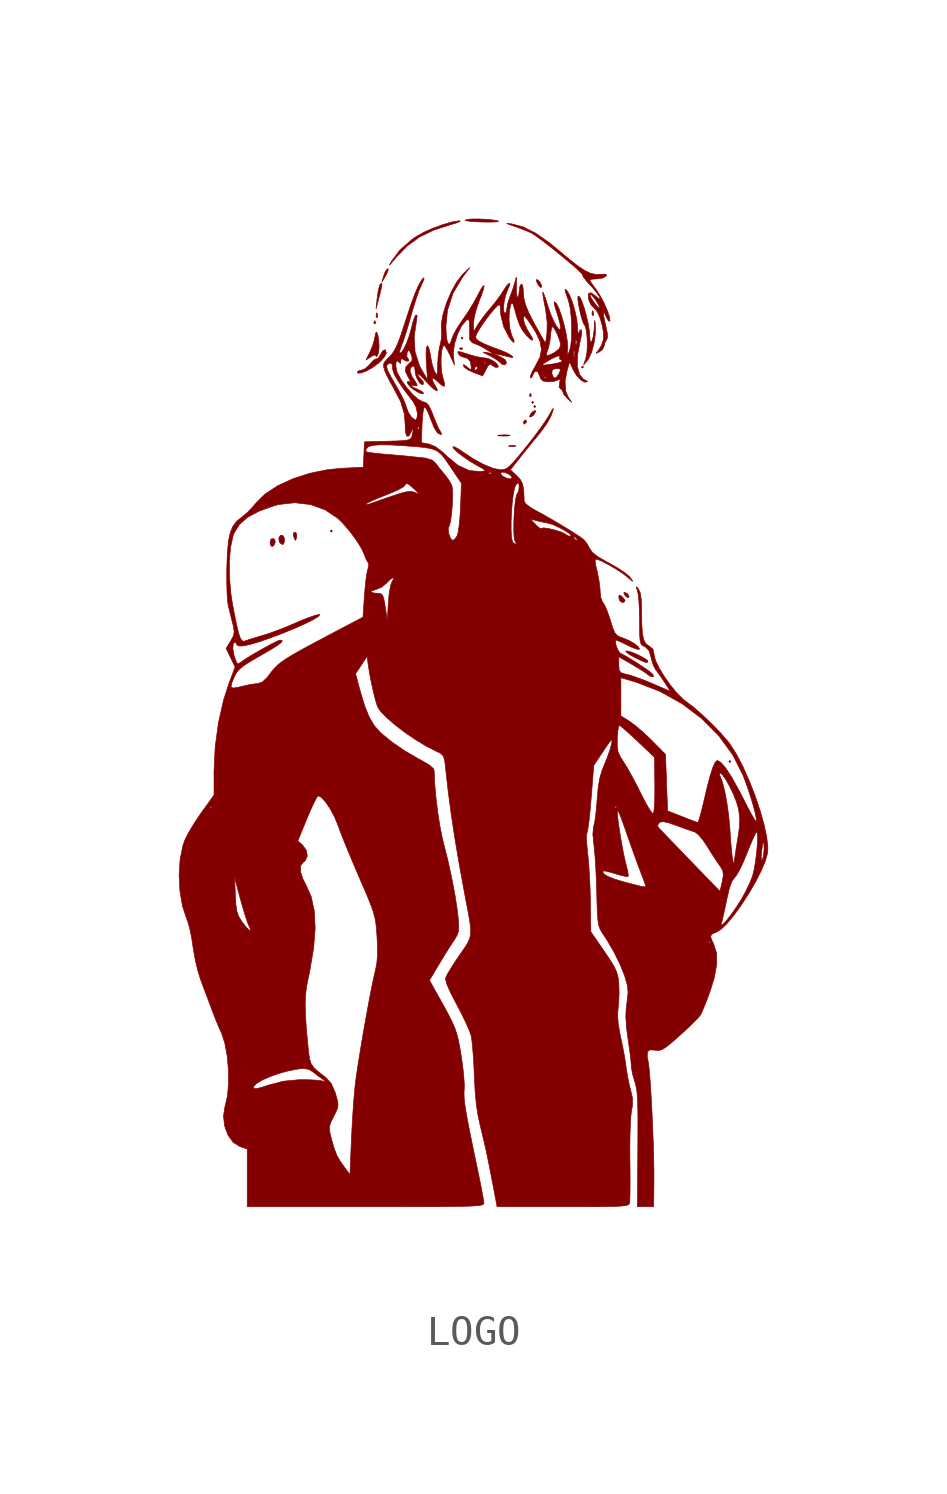
<source format=kicad_sym>
(kicad_symbol_lib
  (version 20220914)
  (generator "bitmap2component")
  (generator_version "9.0")
  (symbol "LOGO"
    (pin_names
      (offset 1.016))
    (property "Reference" "#G"
      (at 0 17.537 0)
      (effects (font (size 1.27 1.27)) hide))
    (symbol "LOGO_0_0"
      (polyline (pts (xy -3.392 -18.172) (xy -2.611 -18.172) (xy -1.954 -18.171) (xy -1.408 -18.169) (xy -0.965 -18.165) (xy -0.613 -18.16) (xy -0.342 -18.153) (xy -0.141 -18.143) (xy -0.000300 -18.131) (xy 0.091 -18.116) (xy 0.143 -18.097) (xy 0.167 -18.075) (xy 0.172 -18.049) (xy 0.17 -18.019) (xy 0.145 -17.863) (xy 0.099 -17.611) (xy 0.036 -17.291) (xy -0.038 -16.93) (xy -0.083 -16.72) (xy -0.207 -16.123) (xy -0.305 -15.642) (xy -0.379 -15.258) (xy -0.432 -14.958) (xy -0.466 -14.725) (xy -0.483 -14.545) (xy -0.487 -14.401) (xy -0.48 -14.279) (xy -0.477 -14.109) (xy -0.496 -13.825) (xy -0.533 -13.484) (xy -0.586 -13.127) (xy -0.622 -12.913) (xy -0.669 -12.665) (xy -0.72 -12.456) (xy -0.786 -12.259) (xy -0.877 -12.047) (xy -1.004 -11.795) (xy -1.177 -11.476) (xy -1.408 -11.063) (xy -1.631 -10.665) (xy -1.338 -10.168) (xy -1.319 -10.136) (xy -1.148 -9.854) (xy -0.977 -9.58) (xy -0.84 -9.37) (xy -0.799 -9.309) (xy -0.71 -9.157) (xy -0.667 -9.018) (xy -0.661 -8.842) (xy -0.681 -8.58) (xy -0.708 -8.341) (xy -0.786 -7.834) (xy -0.896 -7.258) (xy -1.029 -6.654) (xy -1.179 -6.062) (xy -1.204 -5.959) (xy -1.283 -5.567) (xy -1.356 -5.099) (xy -1.417 -4.601) (xy -1.459 -4.12) (xy -1.478 -3.701) (xy -1.503 -3.641) (xy -1.643 -3.517) (xy -1.897 -3.371) (xy -1.993 -3.321) (xy -2.454 -3.052) (xy -2.892 -2.75) (xy -3.253 -2.452) (xy -3.253 -2.452) (xy -3.457 -2.224) (xy -3.627 -1.941) (xy -3.777 -1.575) (xy -3.921 -1.099) (xy -4.082 -0.497) (xy -3.892 -0.21) (xy -3.701 0.077) (xy -3.66 -0.22) (xy -3.622 -0.459) (xy -3.59 -0.629) (xy 4.715 -0.629) (xy 5.145 -0.755) (xy 5.232 -0.781) (xy 6.02 -1.087) (xy 6.747 -1.493) (xy 7.401 -1.988) (xy 7.965 -2.558) (xy 8.427 -3.191) (xy 8.771 -3.875) (xy 8.789 -3.921) (xy 8.904 -4.235) (xy 9.012 -4.56) (xy 9.104 -4.866) (xy 9.172 -5.127) (xy 9.208 -5.314) (xy 9.204 -5.4) (xy 9.202 -5.401) (xy 9.154 -5.342) (xy 9.059 -5.184) (xy 8.932 -4.95) (xy 8.784 -4.66) (xy 8.622 -4.344) (xy 8.389 -3.928) (xy 8.191 -3.624) (xy 8.031 -3.437) (xy 7.913 -3.373) (xy 7.904 -3.374) (xy 7.84 -3.435) (xy 7.767 -3.596) (xy 7.69 -3.836) (xy 7.985 -3.836) (xy 8.002 -3.786) (xy 8.006 -3.786) (xy 8.088 -3.852) (xy 8.2 -4.013) (xy 8.325 -4.237) (xy 8.447 -4.491) (xy 8.547 -4.743) (xy 8.61 -4.96) (xy 8.626 -5.043) (xy 8.657 -5.299) (xy 8.649 -5.564) (xy 8.602 -5.899) (xy 8.595 -5.935) (xy 8.548 -6.221) (xy 8.509 -6.474) (xy 8.485 -6.643) (xy 8.46 -6.849) (xy 8.415 -6.608) (xy 8.405 -6.546) (xy 8.381 -6.324) (xy 8.356 -6.031) (xy 8.335 -5.713) (xy 8.327 -5.584) (xy 8.288 -5.181) (xy 8.231 -4.778) (xy 8.163 -4.411) (xy 8.089 -4.113) (xy 8.017 -3.919) (xy 7.985 -3.836) (xy 7.69 -3.836) (xy 7.68 -3.865) (xy 7.577 -4.253) (xy 7.456 -4.767) (xy 7.41 -4.961) (xy 7.346 -5.205) (xy 7.295 -5.372) (xy 7.265 -5.431) (xy 7.261 -5.43) (xy 7.165 -5.396) (xy 6.982 -5.327) (xy 6.746 -5.234) (xy 6.264 -5.044) (xy 6.229 -4.107) (xy 6.195 -3.17) (xy 5.748 -2.717) (xy 5.675 -2.644) (xy 5.429 -2.416) (xy 5.193 -2.215) (xy 5.008 -2.079) (xy 4.715 -1.893) (xy 4.715 -1.261) (xy 4.715 -0.629) (xy -3.59 -0.629) (xy -3.559 -0.792) (xy -3.486 -1.121) (xy -3.414 -1.402) (xy -3.354 -1.59) (xy -3.26 -1.735) (xy -3.06 -1.945) (xy -2.785 -2.183) (xy -2.46 -2.433) (xy -2.11 -2.673) (xy -1.758 -2.887) (xy -1.431 -3.055) (xy -1.272 -3.133) (xy -1.179 -3.217) (xy -1.132 -3.348) (xy -1.104 -3.571) (xy -1.02 -4.329) (xy -0.915 -5.132) (xy -0.789 -5.962) (xy -0.638 -6.856) (xy -0.455 -7.847) (xy -0.421 -8.025) (xy -0.343 -8.436) (xy -0.29 -8.745) (xy -0.265 -8.976) (xy -0.27 -9.154) (xy -0.308 -9.304) (xy -0.38 -9.45) (xy -0.488 -9.618) (xy -0.636 -9.831) (xy -0.76 -10.014) (xy -0.919 -10.26) (xy -1.036 -10.456) (xy -1.093 -10.57) (xy -1.095 -10.644) (xy -1.044 -10.822) (xy -0.923 -11.092) (xy -0.729 -11.465) (xy -0.571 -11.767) (xy -0.424 -12.071) (xy -0.312 -12.324) (xy -0.252 -12.493) (xy -0.242 -12.545) (xy -0.214 -12.758) (xy -0.187 -13.062) (xy -0.163 -13.426) (xy -0.145 -13.817) (xy -0.119 -14.337) (xy -0.079 -14.777) (xy -0.019 -15.164) (xy 0.064 -15.538) (xy 0.094 -15.658) (xy 0.175 -15.994) (xy 0.251 -16.334) (xy 0.33 -16.711) (xy 0.418 -17.158) (xy 0.523 -17.708) (xy 0.61 -18.172) (xy 2.792 -18.172) (xy 3.399 -18.172) (xy 3.883 -18.17) (xy 4.258 -18.166) (xy 4.537 -18.159) (xy 4.736 -18.148) (xy 4.867 -18.133) (xy 4.947 -18.112) (xy 4.987 -18.085) (xy 5.004 -18.052) (xy 5.004 -18.051) (xy 5.012 -17.945) (xy 5.017 -17.726) (xy 5.02 -17.416) (xy 5.019 -17.041) (xy 5.015 -16.623) (xy 5.013 -16.256) (xy 5.017 -15.828) (xy 5.029 -15.454) (xy 5.047 -15.163) (xy 5.07 -14.981) (xy 5.099 -14.815) (xy 5.1 -14.57) (xy 5.037 -14.293) (xy 5.006 -14.179) (xy 4.938 -13.862) (xy 4.891 -13.56) (xy 4.883 -13.498) (xy 4.841 -13.222) (xy 4.78 -12.889) (xy 4.711 -12.557) (xy 4.687 -12.449) (xy 4.626 -12.097) (xy 4.606 -11.816) (xy 4.626 -11.559) (xy 4.643 -11.403) (xy 4.656 -11.078) (xy 4.646 -10.769) (xy 4.645 -10.75) (xy 4.621 -10.559) (xy 4.576 -10.392) (xy 4.496 -10.216) (xy 4.364 -9.998) (xy 4.165 -9.702) (xy 3.718 -9.052) (xy 3.706 -8.088) (xy 3.705 -8.075) (xy 3.695 -7.655) (xy 3.675 -7.223) (xy 3.65 -6.828) (xy 3.622 -6.52) (xy 3.609 -6.403) (xy 3.585 -6.138) (xy 3.574 -5.935) (xy 3.579 -5.832) (xy 3.617 -5.665) (xy 3.66 -5.365) (xy 3.704 -4.933) (xy 3.751 -4.368) (xy 3.815 -3.539) (xy 4.134 -3.06) (xy 4.237 -2.905) (xy 4.35 -2.747) (xy 4.408 -2.687) (xy 4.423 -2.716) (xy 4.408 -2.822) (xy 4.386 -2.902) (xy 4.593 -2.902) (xy 4.595 -2.644) (xy 4.609 -2.43) (xy 4.633 -2.266) (xy 4.66 -2.203) (xy 4.713 -2.238) (xy 4.848 -2.35) (xy 5.04 -2.523) (xy 5.269 -2.736) (xy 5.831 -3.27) (xy 5.841 -4.193) (xy 5.84 -4.558) (xy 5.83 -4.863) (xy 5.81 -5.061) (xy 5.782 -5.136) (xy 5.736 -5.098) (xy 5.641 -4.957) (xy 5.517 -4.738) (xy 5.376 -4.463) (xy 5.272 -4.253) (xy 5.1 -3.927) (xy 4.938 -3.637) (xy 4.809 -3.427) (xy 4.701 -3.258) (xy 4.622 -3.086) (xy 4.593 -2.902) (xy 4.386 -2.902) (xy 4.362 -2.993) (xy 4.275 -3.245) (xy 4.168 -3.51) (xy 4.087 -3.713) (xy 4.01 -3.977) (xy 3.961 -4.279) (xy 3.927 -4.668) (xy 3.912 -4.871) (xy 3.907 -4.922) (xy 4.509 -4.922) (xy 4.543 -4.887) (xy 4.577 -4.922) (xy 4.543 -4.956) (xy 4.509 -4.922) (xy 3.907 -4.922) (xy 3.882 -5.171) (xy 3.849 -5.41) (xy 3.816 -5.551) (xy 3.805 -5.588) (xy 3.786 -5.822) (xy 3.818 -6.149) (xy 3.831 -6.252) (xy 3.856 -6.529) (xy 3.88 -6.89) (xy 3.891 -7.112) (xy 4.126 -7.112) (xy 4.128 -7.035) (xy 4.178 -7.036) (xy 4.327 -7.07) (xy 4.536 -7.131) (xy 4.707 -7.18) (xy 4.876 -7.217) (xy 4.955 -7.217) (xy 4.961 -7.181) (xy 4.941 -7.042) (xy 4.892 -6.843) (xy 4.861 -6.724) (xy 4.807 -6.477) (xy 4.751 -6.182) (xy 4.697 -5.868) (xy 4.65 -5.568) (xy 4.615 -5.31) (xy 4.597 -5.126) (xy 4.601 -5.047) (xy 4.609 -5.042) (xy 4.628 -5.056) (xy 4.658 -5.113) (xy 4.706 -5.232) (xy 4.779 -5.429) (xy 4.814 -5.527) (xy 5.926 -5.527) (xy 5.989 -5.438) (xy 6.024 -5.416) (xy 6.127 -5.403) (xy 6.293 -5.439) (xy 6.554 -5.529) (xy 6.559 -5.53) (xy 6.812 -5.623) (xy 7.031 -5.7) (xy 7.167 -5.744) (xy 7.169 -5.745) (xy 7.279 -5.825) (xy 7.423 -5.993) (xy 7.573 -6.214) (xy 7.72 -6.45) (xy 7.873 -6.685) (xy 7.989 -6.854) (xy 8.018 -6.894) (xy 8.096 -7.034) (xy 8.112 -7.177) (xy 8.077 -7.388) (xy 8.053 -7.495) (xy 8.016 -7.647) (xy 7.997 -7.705) (xy 7.983 -7.692) (xy 7.894 -7.601) (xy 7.734 -7.436) (xy 7.521 -7.217) (xy 7.273 -6.96) (xy 7.005 -6.683) (xy 6.735 -6.403) (xy 6.48 -6.138) (xy 6.257 -5.906) (xy 6.082 -5.724) (xy 5.973 -5.61) (xy 5.926 -5.527) (xy 4.814 -5.527) (xy 4.883 -5.721) (xy 5.025 -6.126) (xy 5.076 -6.27) (xy 5.196 -6.605) (xy 5.309 -6.913) (xy 5.397 -7.144) (xy 5.458 -7.3) (xy 5.518 -7.463) (xy 5.541 -7.54) (xy 5.541 -7.546) (xy 5.525 -7.563) (xy 5.469 -7.562) (xy 5.349 -7.538) (xy 5.143 -7.486) (xy 4.827 -7.403) (xy 4.495 -7.304) (xy 4.251 -7.203) (xy 4.126 -7.112) (xy 3.891 -7.112) (xy 3.9 -7.299) (xy 3.914 -7.721) (xy 3.914 -7.727) (xy 3.925 -8.148) (xy 3.937 -8.456) (xy 3.954 -8.675) (xy 3.98 -8.832) (xy 3.981 -8.835) (xy 8.041 -8.835) (xy 8.056 -8.753) (xy 8.068 -8.708) (xy 8.11 -8.525) (xy 8.167 -8.265) (xy 8.229 -7.97) (xy 8.229 -7.966) (xy 8.315 -7.607) (xy 8.399 -7.375) (xy 8.486 -7.258) (xy 8.536 -7.2) (xy 8.637 -7.029) (xy 8.757 -6.782) (xy 8.879 -6.492) (xy 8.962 -6.282) (xy 9.07 -6.026) (xy 9.157 -5.838) (xy 9.209 -5.748) (xy 9.223 -5.741) (xy 9.245 -5.807) (xy 9.249 -5.969) (xy 9.237 -6.197) (xy 9.213 -6.462) (xy 9.193 -6.614) (xy 9.366 -6.614) (xy 9.378 -6.428) (xy 9.387 -6.352) (xy 9.416 -6.15) (xy 9.441 -6.072) (xy 9.458 -6.122) (xy 9.464 -6.304) (xy 9.463 -6.346) (xy 9.442 -6.541) (xy 9.402 -6.669) (xy 9.381 -6.686) (xy 9.366 -6.614) (xy 9.193 -6.614) (xy 9.177 -6.736) (xy 9.134 -6.989) (xy 9.085 -7.191) (xy 8.997 -7.419) (xy 8.861 -7.707) (xy 8.708 -7.983) (xy 8.543 -8.24) (xy 8.368 -8.489) (xy 8.223 -8.673) (xy 8.18 -8.722) (xy 8.078 -8.827) (xy 8.041 -8.835) (xy 3.981 -8.835) (xy 4.018 -8.949) (xy 4.072 -9.053) (xy 4.148 -9.166) (xy 4.26 -9.336) (xy 4.295 -9.396) (xy 7.606 -9.396) (xy 7.641 -9.361) (xy 7.675 -9.396) (xy 7.641 -9.43) (xy 7.606 -9.396) (xy 4.295 -9.396) (xy 4.488 -9.729) (xy 4.684 -10.127) (xy 4.835 -10.5) (xy 4.929 -10.821) (xy 4.953 -11.059) (xy 4.947 -11.126) (xy 4.922 -11.36) (xy 4.89 -11.612) (xy 4.879 -11.87) (xy 4.901 -12.22) (xy 4.952 -12.615) (xy 4.977 -12.779) (xy 5.019 -13.081) (xy 5.048 -13.332) (xy 5.059 -13.488) (xy 5.064 -13.562) (xy 5.106 -13.784) (xy 5.175 -14.023) (xy 5.196 -14.088) (xy 5.226 -14.214) (xy 5.249 -14.373) (xy 5.265 -14.582) (xy 5.275 -14.857) (xy 5.28 -15.217) (xy 5.28 -15.68) (xy 5.277 -16.262) (xy 5.263 -18.172) (xy 5.533 -18.172) (xy 5.802 -18.172) (xy 5.811 -17.329) (xy 5.811 -16.985) (xy 5.803 -16.559) (xy 5.79 -16.085) (xy 5.771 -15.586) (xy 5.749 -15.084) (xy 5.724 -14.602) (xy 5.698 -14.165) (xy 5.671 -13.796) (xy 5.644 -13.518) (xy 5.62 -13.354) (xy 5.589 -13.193) (xy 5.595 -13.034) (xy 5.678 -12.969) (xy 5.848 -12.979) (xy 5.883 -12.985) (xy 5.985 -12.988) (xy 6.089 -12.956) (xy 6.22 -12.873) (xy 6.403 -12.725) (xy 6.661 -12.498) (xy 6.867 -12.31) (xy 7.088 -12.099) (xy 7.258 -11.927) (xy 7.348 -11.82) (xy 7.382 -11.759) (xy 7.465 -11.57) (xy 7.569 -11.309) (xy 7.678 -11.014) (xy 7.811 -10.581) (xy 7.894 -10.128) (xy 7.886 -9.754) (xy 7.788 -9.449) (xy 7.716 -9.304) (xy 7.69 -9.192) (xy 7.753 -9.121) (xy 7.919 -9.046) (xy 8.035 -8.973) (xy 8.237 -8.779) (xy 8.468 -8.501) (xy 8.712 -8.163) (xy 8.954 -7.79) (xy 9.177 -7.406) (xy 9.366 -7.037) (xy 9.506 -6.706) (xy 9.581 -6.439) (xy 9.59 -6.264) (xy 9.553 -5.922) (xy 9.464 -5.503) (xy 9.331 -5.033) (xy 9.164 -4.537) (xy 8.971 -4.043) (xy 8.761 -3.575) (xy 8.544 -3.159) (xy 8.328 -2.822) (xy 8.252 -2.724) (xy 8.015 -2.453) (xy 7.723 -2.153) (xy 7.413 -1.859) (xy 7.12 -1.603) (xy 6.878 -1.421) (xy 6.777 -1.343) (xy 6.572 -1.138) (xy 6.357 -0.874) (xy 6.153 -0.585) (xy 5.98 -0.3) (xy 5.861 -0.051) (xy 5.816 0.13) (xy 5.816 0.146) (xy 5.778 0.321) (xy 5.652 0.422) (xy 5.625 0.436) (xy 5.532 0.513) (xy 5.469 0.641) (xy 5.429 0.841) (xy 5.409 1.135) (xy 5.404 1.544) (xy 5.403 1.66) (xy 5.389 1.977) (xy 5.356 2.187) (xy 5.3 2.31) (xy 5.237 2.387) (xy 5.223 2.377) (xy 5.265 2.25) (xy 5.289 2.138) (xy 5.313 1.906) (xy 5.329 1.603) (xy 5.335 1.268) (xy 5.335 1.015) (xy 5.34 0.757) (xy 5.354 0.593) (xy 5.383 0.496) (xy 5.43 0.441) (xy 5.502 0.403) (xy 5.54 0.383) (xy 5.653 0.261) (xy 5.716 0.043) (xy 5.725 -0.007) (xy 5.792 -0.221) (xy 5.879 -0.379) (xy 5.917 -0.426) (xy 6.042 -0.598) (xy 6.176 -0.798) (xy 6.356 -1.081) (xy 5.753 -0.821) (xy 5.625 -0.767) (xy 5.332 -0.652) (xy 5.074 -0.562) (xy 4.898 -0.514) (xy 4.856 -0.506) (xy 4.714 -0.461) (xy 4.657 -0.376) (xy 4.646 -0.201) (xy 4.646 0.065) (xy 5.077 -0.184) (xy 5.079 -0.185) (xy 5.311 -0.324) (xy 5.508 -0.451) (xy 5.628 -0.537) (xy 5.715 -0.592) (xy 5.796 -0.595) (xy 5.796 -0.594) (xy 5.78 -0.526) (xy 5.677 -0.428) (xy 5.513 -0.314) (xy 5.265 -0.15) (xy 5.025 0.001) (xy 4.826 0.118) (xy 4.705 0.179) (xy 4.673 0.202) (xy 4.607 0.307) (xy 4.555 0.446) (xy 4.535 0.568) (xy 4.562 0.62) (xy 4.606 0.604) (xy 4.745 0.541) (xy 4.938 0.446) (xy 5.087 0.377) (xy 5.247 0.319) (xy 5.326 0.313) (xy 5.333 0.326) (xy 5.291 0.402) (xy 5.162 0.503) (xy 4.979 0.607) (xy 4.773 0.692) (xy 4.701 0.717) (xy 4.59 0.774) (xy 4.513 0.866) (xy 4.444 1.025) (xy 4.364 1.284) (xy 4.352 1.323) (xy 4.266 1.572) (xy 4.184 1.766) (xy 4.12 1.867) (xy 4.101 1.889) (xy 4.048 2.032) (xy 4.027 2.231) (xy 4.021 2.347) (xy 3.986 2.62) (xy 3.929 2.893) (xy 3.891 3.054) (xy 3.862 3.223) (xy 3.865 3.302) (xy 3.865 3.303) (xy 3.944 3.293) (xy 4.105 3.224) (xy 4.315 3.114) (xy 4.542 2.982) (xy 4.754 2.844) (xy 4.919 2.719) (xy 5.02 2.631) (xy 5.101 2.568) (xy 5.098 2.59) (xy 5.022 2.697) (xy 4.986 2.737) (xy 4.825 2.868) (xy 4.592 3.021) (xy 4.323 3.172) (xy 4.234 3.219) (xy 3.949 3.385) (xy 3.771 3.526) (xy 3.68 3.654) (xy 3.599 3.807) (xy 3.487 3.947) (xy 3.453 3.974) (xy 3.291 4.088) (xy 3.049 4.243) (xy 2.758 4.421) (xy 2.447 4.606) (xy 2.147 4.777) (xy 1.889 4.917) (xy 1.72 5.015) (xy 1.564 5.135) (xy 1.505 5.225) (xy 1.504 5.354) (xy 1.49 5.622) (xy 1.452 5.805) (xy 1.381 5.94) (xy 1.266 6.065) (xy 1.051 6.265) (xy 1.335 6.626) (xy 1.486 6.816) (xy 1.717 7.103) (xy 1.932 7.365) (xy 2.064 7.529) (xy 2.263 7.803) (xy 2.392 8.036) (xy 2.472 8.26) (xy 2.476 8.303) (xy 2.436 8.257) (xy 2.357 8.112) (xy 2.341 8.084) (xy 2.222 7.893) (xy 2.04 7.633) (xy 1.819 7.335) (xy 1.579 7.029) (xy 1.368 6.77) (xy 1.177 6.544) (xy 1.036 6.398) (xy 0.928 6.313) (xy 0.835 6.274) (xy 0.738 6.265) (xy 0.729 6.265) (xy 0.487 6.312) (xy 0.176 6.437) (xy -0.174 6.626) (xy -0.533 6.864) (xy -0.683 6.964) (xy -0.811 7.031) (xy -0.86 7.027) (xy -0.823 6.963) (xy -0.691 6.839) (xy -0.491 6.686) (xy -0.251 6.526) (xy 0 6.379) (xy 0.114 6.317) (xy 0.208 6.256) (xy 0.197 6.227) (xy 0.091 6.21) (xy 0.064 6.207) (xy -0.308 6.24) (xy -0.68 6.409) (xy -1.046 6.71) (xy -1.192 6.85) (xy -1.437 7.035) (xy -1.651 7.12) (xy -1.898 7.166) (xy -1.878 7.765) (xy -1.873 7.878) (xy -1.853 8.126) (xy -1.825 8.293) (xy -1.792 8.351) (xy -1.755 8.316) (xy -1.683 8.181) (xy -1.604 7.981) (xy -1.597 7.96) (xy -1.477 7.662) (xy -1.366 7.489) (xy -1.257 7.434) (xy -1.228 7.448) (xy -1.264 7.526) (xy -1.323 7.628) (xy -1.41 7.821) (xy -1.506 8.059) (xy -1.573 8.232) (xy -1.659 8.403) (xy -1.744 8.49) (xy -1.849 8.523) (xy -1.864 8.526) (xy -2.014 8.608) (xy -2.199 8.776) (xy -2.392 8.998) (xy -2.566 9.242) (xy -2.693 9.478) (xy -2.722 9.56) (xy -2.748 9.714) (xy -2.741 9.833) (xy -2.703 9.884) (xy -2.642 9.832) (xy -2.596 9.788) (xy -2.582 9.869) (xy -2.582 9.89) (xy -2.558 9.959) (xy -2.476 9.911) (xy -2.408 9.87) (xy -2.324 9.872) (xy -2.311 9.895) (xy -2.35 9.968) (xy -2.385 10.018) (xy -2.373 10.153) (xy -2.337 10.23) (xy -2.3 10.22) (xy -2.243 10.092) (xy -2.209 9.993) (xy -2.212 9.884) (xy -2.304 9.796) (xy -2.417 9.675) (xy -2.427 9.52) (xy -2.323 9.31) (xy -2.308 9.287) (xy -2.262 9.19) (xy -2.289 9.179) (xy -2.329 9.199) (xy -2.373 9.184) (xy -2.346 9.107) (xy -2.254 9.002) (xy -2.147 8.919) (xy -1.993 8.826) (xy -1.873 8.781) (xy -1.824 8.802) (xy -1.824 8.804) (xy -1.888 8.87) (xy -2.031 8.938) (xy -2.04 8.942) (xy -2.179 9.004) (xy -2.237 9.056) (xy -2.223 9.073) (xy -2.134 9.061) (xy -2.102 9.05) (xy -2.039 9.053) (xy -2.063 9.132) (xy -2.175 9.302) (xy -2.209 9.355) (xy -2.275 9.527) (xy -2.26 9.655) (xy -2.166 9.706) (xy -2.127 9.683) (xy -2.112 9.579) (xy -2.1 9.447) (xy -2.041 9.283) (xy -1.96 9.145) (xy -1.881 9.086) (xy -1.834 9.105) (xy -1.839 9.186) (xy -1.927 9.293) (xy -1.983 9.35) (xy -2.031 9.449) (xy -1.996 9.443) (xy -1.894 9.354) (xy -1.749 9.199) (xy -1.601 9.042) (xy -1.466 8.924) (xy -1.383 8.882) (xy -1.369 8.921) (xy -1.438 9.049) (xy -1.518 9.191) (xy -1.544 9.293) (xy -1.492 9.3) (xy -1.367 9.199) (xy -1.217 9.063) (xy -1.138 9.033) (xy -1.13 9.12) (xy -1.188 9.327) (xy -1.222 9.477) (xy -1.245 9.707) (xy -1.248 9.952) (xy -1.231 10.173) (xy -1.198 10.332) (xy -1.148 10.393) (xy -1.12 10.368) (xy -1.044 10.25) (xy -0.952 10.066) (xy -0.803 9.74) (xy -0.839 10.05) (xy -0.842 10.162) (xy -0.8 10.45) (xy -0.704 10.756) (xy -0.573 11.027) (xy -0.424 11.211) (xy -0.397 11.233) (xy -0.339 11.254) (xy -0.312 11.186) (xy -0.302 11.005) (xy -0.3 10.93) (xy -0.299 10.738) (xy -0.303 10.623) (xy -0.299 10.584) (xy -0.216 10.482) (xy -0.067 10.422) (xy -0.048 10.416) (xy 0.075 10.359) (xy 0.243 10.262) (xy 0.482 10.113) (xy 0.275 10.152) (xy 0.228 10.16) (xy 0.152 10.167) (xy 0.189 10.137) (xy 0.345 10.061) (xy 0.409 10.029) (xy 0.594 9.919) (xy 0.714 9.82) (xy 0.782 9.76) (xy 0.868 9.745) (xy 0.926 9.814) (xy 0.88 9.914) (xy 0.706 10.022) (xy 0.482 10.126) (xy 0.688 10.085) (xy 0.861 10.047) (xy 1.024 10.005) (xy 1.03 10.003) (xy 1.13 9.986) (xy 1.131 10.016) (xy 1.052 10.077) (xy 0.914 10.152) (xy 0.739 10.226) (xy 0.426 10.342) (xy 0.167 10.449) (xy 0.004 10.534) (xy -0.08 10.606) (xy -0.103 10.676) (xy -0.066 10.776) (xy 0.036 10.952) (xy 0.18 11.166) (xy 0.341 11.385) (xy 0.495 11.575) (xy 0.618 11.701) (xy 0.68 11.74) (xy 0.715 11.701) (xy 0.723 11.549) (xy 0.731 11.411) (xy 0.827 11.014) (xy 1.016 10.648) (xy 1.095 10.546) (xy 1.169 10.487) (xy 1.175 10.545) (xy 1.103 10.711) (xy 1.097 10.724) (xy 1.034 10.944) (xy 1.006 11.228) (xy 1.015 11.514) (xy 1.063 11.736) (xy 1.071 11.755) (xy 1.108 11.8) (xy 1.147 11.742) (xy 1.199 11.564) (xy 1.264 11.33) (xy 1.355 11.072) (xy 1.459 10.88) (xy 1.593 10.713) (xy 1.616 10.689) (xy 1.744 10.573) (xy 1.796 10.565) (xy 1.768 10.658) (xy 1.655 10.843) (xy 1.614 10.909) (xy 1.518 11.113) (xy 1.481 11.281) (xy 1.481 11.292) (xy 1.493 11.361) (xy 1.534 11.35) (xy 1.619 11.245) (xy 1.762 11.035) (xy 1.893 10.824) (xy 2.036 10.519) (xy 2.081 10.255) (xy 2.054 10.118) (xy 2.247 10.118) (xy 2.303 10.283) (xy 2.312 10.307) (xy 2.358 10.507) (xy 2.385 10.735) (xy 2.39 10.799) (xy 2.414 10.953) (xy 2.444 11.014) (xy 2.478 10.99) (xy 2.552 10.873) (xy 2.631 10.703) (xy 2.693 10.527) (xy 2.719 10.394) (xy 2.665 10.272) (xy 2.516 10.155) (xy 2.356 10.076) (xy 2.259 10.053) (xy 2.247 10.118) (xy 2.054 10.118) (xy 2.031 9.999) (xy 1.903 9.749) (xy 2.099 9.749) (xy 2.107 9.756) (xy 2.193 9.813) (xy 2.344 9.905) (xy 2.426 9.952) (xy 2.6 10.032) (xy 2.692 10.043) (xy 2.685 9.981) (xy 2.675 9.952) (xy 2.729 9.912) (xy 2.767 9.905) (xy 2.75 9.851) (xy 2.743 9.845) (xy 2.644 9.812) (xy 2.48 9.778) (xy 2.302 9.751) (xy 2.158 9.738) (xy 2.099 9.749) (xy 1.903 9.749) (xy 1.889 9.721) (xy 1.79 9.548) (xy 1.721 9.391) (xy 1.713 9.312) (xy 1.754 9.318) (xy 1.801 9.419) (xy 1.814 9.458) (xy 1.885 9.543) (xy 1.966 9.507) (xy 1.981 9.473) (xy 2.426 9.473) (xy 2.441 9.584) (xy 2.559 9.622) (xy 2.682 9.621) (xy 2.71 9.566) (xy 2.648 9.426) (xy 2.564 9.316) (xy 2.484 9.316) (xy 2.429 9.451) (xy 2.426 9.473) (xy 1.981 9.473) (xy 2.032 9.357) (xy 2.041 9.327) (xy 2.168 9.327) (xy 2.203 9.362) (xy 2.237 9.327) (xy 2.203 9.293) (xy 2.168 9.327) (xy 2.041 9.327) (xy 2.054 9.287) (xy 2.137 9.208) (xy 2.309 9.184) (xy 2.323 9.184) (xy 2.51 9.201) (xy 2.637 9.248) (xy 2.667 9.268) (xy 2.702 9.255) (xy 2.681 9.133) (xy 2.666 9.006) (xy 2.712 8.949) (xy 2.743 8.941) (xy 2.788 8.856) (xy 2.828 8.758) (xy 2.938 8.632) (xy 3.088 8.501) (xy 2.972 8.671) (xy 2.886 8.874) (xy 2.864 9.197) (xy 2.936 9.578) (xy 3.016 9.844) (xy 3.137 9.574) (xy 3.237 9.404) (xy 3.372 9.256) (xy 3.502 9.173) (xy 3.597 9.184) (xy 3.606 9.199) (xy 3.558 9.224) (xy 3.469 9.275) (xy 3.364 9.401) (xy 3.345 9.432) (xy 3.269 9.699) (xy 3.276 10.064) (xy 3.363 10.519) (xy 3.396 10.665) (xy 3.417 10.834) (xy 3.403 10.913) (xy 3.361 10.898) (xy 3.318 10.791) (xy 3.304 10.762) (xy 3.288 10.838) (xy 3.279 11.014) (xy 3.254 11.248) (xy 3.192 11.538) (xy 3.107 11.826) (xy 3.012 12.066) (xy 2.92 12.215) (xy 2.882 12.249) (xy 2.861 12.233) (xy 2.89 12.122) (xy 2.969 11.9) (xy 2.975 11.883) (xy 3.031 11.644) (xy 3.067 11.332) (xy 3.084 10.989) (xy 3.08 10.656) (xy 3.066 10.503) (xy 3.206 10.503) (xy 3.217 10.571) (xy 3.248 10.545) (xy 3.259 10.505) (xy 3.242 10.413) (xy 3.219 10.414) (xy 3.206 10.503) (xy 3.066 10.503) (xy 3.054 10.375) (xy 3.006 10.188) (xy 2.987 10.148) (xy 2.969 10.119) (xy 3.143 10.119) (xy 3.152 10.213) (xy 3.178 10.205) (xy 3.187 10.174) (xy 3.178 10.033) (xy 3.154 10.021) (xy 3.143 10.119) (xy 2.969 10.119) (xy 2.947 10.081) (xy 2.937 10.124) (xy 2.949 10.291) (xy 2.951 10.32) (xy 2.939 10.533) (xy 2.895 10.8) (xy 2.829 11.09) (xy 2.748 11.37) (xy 2.663 11.61) (xy 2.581 11.777) (xy 2.512 11.84) (xy 2.504 11.806) (xy 2.529 11.675) (xy 2.59 11.478) (xy 2.637 11.332) (xy 2.694 11.124) (xy 2.717 10.989) (xy 2.705 10.921) (xy 2.655 10.929) (xy 2.578 11.03) (xy 2.484 11.203) (xy 2.387 11.428) (xy 2.298 11.686) (xy 2.282 11.739) (xy 2.21 11.963) (xy 2.154 12.114) (xy 2.125 12.163) (xy 2.123 12.16) (xy 2.129 12.069) (xy 2.158 11.885) (xy 2.206 11.642) (xy 2.222 11.556) (xy 2.272 11.145) (xy 2.264 10.799) (xy 2.218 10.455) (xy 2.048 10.752) (xy 1.824 11.151) (xy 1.659 11.477) (xy 1.553 11.736) (xy 1.497 11.951) (xy 1.48 12.145) (xy 1.478 12.241) (xy 1.454 12.392) (xy 1.411 12.425) (xy 1.363 12.339) (xy 1.342 12.18) (xy 1.327 12.037) (xy 1.291 11.977) (xy 1.27 12.017) (xy 1.253 12.161) (xy 1.252 12.373) (xy 1.256 12.522) (xy 1.254 12.642) (xy 1.24 12.641) (xy 1.212 12.528) (xy 1.204 12.498) (xy 1.133 12.26) (xy 1.044 12.021) (xy 1.024 11.972) (xy 0.956 11.758) (xy 0.929 11.586) (xy 0.912 11.485) (xy 0.86 11.461) (xy 0.836 11.497) (xy 0.823 11.641) (xy 0.846 11.847) (xy 0.899 12.071) (xy 0.975 12.27) (xy 1.006 12.336) (xy 1.036 12.44) (xy 1.003 12.447) (xy 0.924 12.365) (xy 0.816 12.2) (xy 0.743 12.084) (xy 0.577 11.855) (xy 0.395 11.633) (xy 0.283 11.501) (xy 0.106 11.273) (xy -0.025 11.082) (xy -0.172 10.842) (xy -0.172 11.125) (xy -0.172 11.128) (xy -0.144 11.338) (xy -0.071 11.614) (xy 0.03 11.899) (xy 0.072 12.002) (xy 0.155 12.237) (xy 0.181 12.361) (xy 0.153 12.368) (xy 0.074 12.255) (xy -0.052 12.015) (xy -0.175 11.79) (xy -0.356 11.495) (xy -0.543 11.224) (xy -0.551 11.213) (xy -0.708 10.977) (xy -0.832 10.755) (xy -0.896 10.594) (xy -0.907 10.55) (xy -0.957 10.434) (xy -1.006 10.438) (xy -1.048 10.548) (xy -1.077 10.75) (xy -1.087 11.029) (xy -1.034 11.555) (xy -0.85 12.124) (xy -0.536 12.651) (xy -0.291 12.975) (xy -0.509 12.771) (xy -0.543 12.737) (xy -0.733 12.489) (xy -0.911 12.165) (xy -1.065 11.803) (xy -1.179 11.439) (xy -1.241 11.112) (xy -1.235 10.859) (xy -1.232 10.844) (xy -1.231 10.642) (xy -1.275 10.423) (xy -1.307 10.296) (xy -1.344 10.037) (xy -1.361 9.762) (xy -1.365 9.55) (xy -1.377 9.441) (xy -1.405 9.433) (xy -1.454 9.51) (xy -1.48 9.564) (xy -1.543 9.766) (xy -1.59 10) (xy -1.615 10.153) (xy -1.661 10.33) (xy -1.702 10.38) (xy -1.733 10.31) (xy -1.746 10.127) (xy -1.737 9.837) (xy -1.697 9.259) (xy -1.862 9.533) (xy -1.964 9.723) (xy -2.109 10.177) (xy -2.139 10.68) (xy -2.056 11.248) (xy -2.041 11.383) (xy -2.08 11.405) (xy -2.12 11.341) (xy -2.179 11.175) (xy -2.236 10.951) (xy -2.239 10.937) (xy -2.305 10.698) (xy -2.39 10.468) (xy -2.481 10.277) (xy -2.563 10.155) (xy -2.62 10.135) (xy -2.625 10.152) (xy -2.602 10.263) (xy -2.539 10.435) (xy -2.5 10.537) (xy -2.418 10.781) (xy -2.325 11.088) (xy -2.232 11.415) (xy -2.173 11.621) (xy -2.072 11.942) (xy -1.975 12.217) (xy -1.895 12.401) (xy -1.852 12.489) (xy -1.809 12.605) (xy -1.824 12.632) (xy -1.881 12.576) (xy -1.986 12.399) (xy -2.114 12.107) (xy -2.265 11.693) (xy -2.443 11.151) (xy -2.446 11.14) (xy -2.574 10.749) (xy -2.679 10.466) (xy -2.772 10.264) (xy -2.864 10.118) (xy -2.967 10.004) (xy -3.035 9.939) (xy -3.137 9.817) (xy -3.16 9.711) (xy -3.151 9.677) (xy -3.052 9.677) (xy -3.032 9.754) (xy -2.96 9.8) (xy -2.941 9.806) (xy -2.875 9.78) (xy -2.857 9.642) (xy -2.852 9.589) (xy -2.796 9.425) (xy -2.669 9.202) (xy -2.465 8.906) (xy -2.174 8.525) (xy -2.074 8.336) (xy -2.031 8.129) (xy -2.031 8.121) (xy -2.048 7.976) (xy -2.089 7.916) (xy -2.115 7.92) (xy -2.226 8.007) (xy -2.333 8.169) (xy -2.404 8.364) (xy -2.413 8.399) (xy -2.487 8.58) (xy -2.608 8.822) (xy -2.756 9.083) (xy -2.908 9.344) (xy -3.013 9.548) (xy -3.052 9.677) (xy -3.151 9.677) (xy -3.121 9.567) (xy -3.063 9.43) (xy -2.948 9.201) (xy -2.812 8.96) (xy -2.584 8.519) (xy -2.462 8.108) (xy -2.433 7.692) (xy -2.43 7.641) (xy -2.031 7.641) (xy -2.026 7.677) (xy -1.985 7.687) (xy -1.976 7.676) (xy -1.985 7.595) (xy -2.005 7.584) (xy -2.031 7.641) (xy -2.43 7.641) (xy -2.424 7.493) (xy -2.382 7.38) (xy -2.317 7.386) (xy -2.239 7.52) (xy -2.216 7.574) (xy -2.18 7.614) (xy -2.177 7.545) (xy -2.211 7.385) (xy -2.221 7.351) (xy -2.256 7.295) (xy -2.328 7.259) (xy -2.462 7.236) (xy -2.684 7.223) (xy -3.019 7.213) (xy -3.786 7.193) (xy -3.801 6.877) (xy -3.75 6.877) (xy -3.729 6.964) (xy -3.65 7.035) (xy -3.498 7.078) (xy -3.257 7.095) (xy -2.91 7.089) (xy -2.444 7.061) (xy -2.036 7.03) (xy -1.737 6.998) (xy -1.521 6.951) (xy -1.36 6.877) (xy -1.228 6.763) (xy -1.097 6.598) (xy -0.94 6.368) (xy -0.808 6.172) (xy 0.333 6.172) (xy 0.343 6.181) (xy 0.424 6.172) (xy 0.435 6.152) (xy 0.402 6.137) (xy 0.723 6.137) (xy 0.766 6.189) (xy 0.883 6.178) (xy 1.03 6.103) (xy 1.097 6.035) (xy 1.095 5.973) (xy 1.039 5.964) (xy 0.907 5.997) (xy 0.78 6.064) (xy 0.723 6.137) (xy 0.402 6.137) (xy 0.379 6.126) (xy 0.342 6.131) (xy 0.333 6.172) (xy -0.808 6.172) (xy -0.572 5.821) (xy -0.603 5.023) (xy -0.619 4.733) (xy -0.637 4.537) (xy 1.075 4.537) (xy 1.088 4.857) (xy 1.112 5.173) (xy 1.147 5.453) (xy 1.191 5.666) (xy 1.241 5.779) (xy 1.29 5.823) (xy 1.333 5.82) (xy 1.342 5.698) (xy 1.327 5.567) (xy 1.283 5.478) (xy 1.257 5.431) (xy 1.222 5.27) (xy 1.194 5.03) (xy 1.174 4.747) (xy 1.17 4.632) (xy 1.721 4.632) (xy 1.893 4.585) (xy 1.894 4.585) (xy 2.086 4.539) (xy 2.306 4.495) (xy 2.317 4.493) (xy 2.477 4.44) (xy 2.672 4.352) (xy 2.862 4.248) (xy 3.006 4.153) (xy 3.063 4.087) (xy 3.055 4.069) (xy 2.982 4.068) (xy 2.888 4.122) (xy 2.846 4.151) (xy 2.699 4.214) (xy 2.506 4.274) (xy 2.309 4.32) (xy 2.154 4.34) (xy 2.084 4.324) (xy 2.077 4.316) (xy 2.006 4.342) (xy 1.892 4.446) (xy 1.721 4.632) (xy 1.17 4.632) (xy 1.164 4.456) (xy 1.165 4.192) (xy 1.176 4.042) (xy 3.143 4.042) (xy 3.19 4.034) (xy 3.221 4.012) (xy 3.27 3.954) (xy 3.269 3.944) (xy 3.229 3.929) (xy 3.16 4.003) (xy 3.143 4.042) (xy 1.176 4.042) (xy 1.179 3.99) (xy 1.208 3.885) (xy 1.255 3.823) (xy 1.25 3.792) (xy 1.142 3.849) (xy 1.124 3.873) (xy 1.091 4.013) (xy 1.075 4.245) (xy 1.075 4.537) (xy -0.637 4.537) (xy -0.647 4.433) (xy -0.68 4.202) (xy -0.716 4.075) (xy -0.782 3.978) (xy -0.856 3.924) (xy -0.865 3.925) (xy -0.935 3.995) (xy -0.99 4.137) (xy -1.012 4.288) (xy -0.986 4.39) (xy -0.97 4.417) (xy -0.933 4.562) (xy -0.901 4.789) (xy -0.878 5.059) (xy -0.865 5.331) (xy -0.866 5.565) (xy -0.885 5.723) (xy -0.897 5.76) (xy -0.99 5.929) (xy -1.126 6.108) (xy -1.163 6.151) (xy -1.313 6.331) (xy -1.423 6.48) (xy -1.536 6.583) (xy -1.759 6.654) (xy -1.96 6.676) (xy -2.284 6.71) (xy -2.554 6.736) (xy -2.824 6.76) (xy -3.149 6.787) (xy -3.273 6.798) (xy -3.518 6.825) (xy -3.687 6.853) (xy -3.75 6.877) (xy -3.801 6.877) (xy -3.806 6.772) (xy -3.826 6.351) (xy -4.529 6.317) (xy -5.006 6.271) (xy -5.604 6.149) (xy -6.167 5.966) (xy -6.67 5.733) (xy -7.086 5.46) (xy -7.391 5.157) (xy -7.48 5.049) (xy -7.672 4.848) (xy -7.846 4.703) (xy -7.856 4.696) (xy -8.025 4.558) (xy -8.15 4.393) (xy -8.239 4.181) (xy -8.298 3.898) (xy -8.333 3.523) (xy -8.344 3.224) (xy -8.269 3.224) (xy -8.228 3.699) (xy -8.143 4.081) (xy -8.111 4.165) (xy -7.938 4.449) (xy -7.667 4.689) (xy -7.285 4.894) (xy -6.78 5.075) (xy -6.631 5.115) (xy -6.1 5.174) (xy -5.577 5.113) (xy -5.548 5.103) (xy -3.734 5.103) (xy -3.717 5.145) (xy -3.686 5.166) (xy -3.543 5.238) (xy -3.32 5.335) (xy -3.049 5.441) (xy -2.958 5.476) (xy -2.686 5.594) (xy -2.503 5.697) (xy -2.429 5.773) (xy -2.401 5.815) (xy -2.319 5.784) (xy -2.168 5.657) (xy -2.082 5.577) (xy -2 5.492) (xy -2.011 5.475) (xy -2.111 5.514) (xy -2.142 5.526) (xy -2.254 5.549) (xy -2.396 5.536) (xy -2.602 5.483) (xy -2.903 5.383) (xy -3.036 5.338) (xy -3.307 5.243) (xy -3.524 5.168) (xy -3.648 5.124) (xy -3.734 5.103) (xy -5.548 5.103) (xy -5.091 4.938) (xy -4.668 4.655) (xy -4.495 4.484) (xy -4.268 4.218) (xy -4.055 3.93) (xy -3.886 3.658) (xy -3.787 3.442) (xy -3.739 3.315) (xy -3.67 3.188) (xy -3.643 3.134) (xy -3.671 2.982) (xy -3.694 2.906) (xy -3.728 2.709) (xy -3.76 2.435) (xy -3.779 2.207) (xy -3.565 2.207) (xy -3.55 2.251) (xy -3.403 2.297) (xy -3.219 2.372) (xy -3.051 2.512) (xy -3.048 2.516) (xy -2.933 2.635) (xy -2.843 2.685) (xy -2.817 2.66) (xy -2.865 2.571) (xy -2.87 2.565) (xy -2.922 2.425) (xy -2.966 2.182) (xy -2.995 1.866) (xy -3.031 1.274) (xy -3.099 1.721) (xy -3.107 1.774) (xy -3.146 1.993) (xy -3.188 2.111) (xy -3.252 2.16) (xy -3.353 2.171) (xy -3.453 2.177) (xy -3.565 2.207) (xy -3.779 2.207) (xy -3.787 2.118) (xy -3.837 1.38) (xy -4.706 0.922) (xy -4.872 0.834) (xy -5.376 0.567) (xy -5.777 0.352) (xy -6.089 0.178) (xy -6.329 0.035) (xy -6.51 -0.085) (xy -6.649 -0.193) (xy -6.758 -0.299) (xy -6.855 -0.411) (xy -6.952 -0.541) (xy -7.009 -0.615) (xy -7.176 -0.774) (xy -7.333 -0.824) (xy -7.415 -0.831) (xy -7.627 -0.865) (xy -7.867 -0.919) (xy -7.972 -0.946) (xy -8.144 -0.973) (xy -8.213 -0.934) (xy -8.193 -0.811) (xy -8.097 -0.585) (xy -8.028 -0.458) (xy -7.931 -0.344) (xy -7.784 -0.225) (xy -7.561 -0.082) (xy -7.24 0.103) (xy -7.233 0.107) (xy -6.887 0.308) (xy -6.657 0.453) (xy -6.535 0.55) (xy -6.513 0.603) (xy -6.585 0.62) (xy -6.673 0.588) (xy -6.848 0.501) (xy -7.077 0.378) (xy -7.327 0.237) (xy -7.568 0.095) (xy -7.766 -0.03) (xy -7.891 -0.118) (xy -7.962 -0.165) (xy -8.02 -0.135) (xy -8.08 0.007) (xy -8.117 0.13) (xy -8.152 0.34) (xy -8.143 0.492) (xy -8.088 0.551) (xy -8.066 0.547) (xy -8.019 0.473) (xy -7.986 0.429) (xy -7.838 0.422) (xy -7.578 0.474) (xy -7.212 0.584) (xy -6.746 0.751) (xy -6.529 0.834) (xy -6.12 1.001) (xy -5.772 1.155) (xy -5.503 1.288) (xy -5.328 1.393) (xy -5.266 1.459) (xy -5.291 1.47) (xy -5.42 1.44) (xy -5.644 1.363) (xy -5.942 1.244) (xy -6.298 1.09) (xy -6.463 1.02) (xy -6.939 0.843) (xy -7.434 0.692) (xy -7.606 0.641) (xy -7.754 0.588) (xy -7.775 0.581) (xy -7.834 0.589) (xy -7.888 0.652) (xy -7.942 0.788) (xy -8.002 1.013) (xy -8.072 1.341) (xy -8.159 1.79) (xy -8.214 2.134) (xy -8.264 2.69) (xy -8.269 3.224) (xy -8.344 3.224) (xy -8.351 3.033) (xy -8.354 2.927) (xy -8.354 2.548) (xy -8.345 2.205) (xy -8.328 1.93) (xy -8.305 1.76) (xy -8.288 1.694) (xy -8.221 1.425) (xy -8.154 1.157) (xy -8.134 1.076) (xy -8.107 0.894) (xy -8.134 0.754) (xy -8.224 0.588) (xy -8.375 0.343) (xy -8.226 0.035) (xy -8.077 -0.273) (xy -8.29 -0.842) (xy -8.459 -1.369) (xy -8.63 -2.127) (xy -8.738 -2.928) (xy -8.776 -3.72) (xy -8.776 -4.522) (xy -9.065 -4.922) (xy -8.914 -4.922) (xy -8.88 -4.887) (xy -8.845 -4.922) (xy -8.88 -4.956) (xy -8.914 -4.922) (xy -9.065 -4.922) (xy -9.18 -5.08) (xy -9.266 -5.203) (xy -9.46 -5.499) (xy -9.626 -5.779) (xy -9.738 -5.998) (xy -9.752 -6.038) (xy -5.998 -6.038) (xy -5.691 -5.29) (xy -5.57 -5.007) (xy -5.458 -4.766) (xy -5.371 -4.603) (xy -5.323 -4.543) (xy -5.214 -4.6) (xy -5.073 -4.756) (xy -4.922 -4.98) (xy -4.781 -5.242) (xy -4.67 -5.512) (xy -4.594 -5.72) (xy -4.472 -6.03) (xy -4.318 -6.407) (xy -4.144 -6.822) (xy -3.963 -7.246) (xy -3.853 -7.5) (xy -3.693 -7.872) (xy -3.578 -8.159) (xy -3.497 -8.386) (xy -3.444 -8.58) (xy -3.41 -8.767) (xy -3.389 -8.973) (xy -3.371 -9.224) (xy -3.36 -9.43) (xy -3.354 -9.795) (xy -3.377 -10.091) (xy -3.43 -10.36) (xy -3.48 -10.572) (xy -3.556 -10.935) (xy -3.642 -11.382) (xy -3.734 -11.882) (xy -3.827 -12.405) (xy -3.914 -12.923) (xy -3.992 -13.405) (xy -4.055 -13.822) (xy -4.097 -14.145) (xy -4.108 -14.257) (xy -4.14 -14.618) (xy -4.171 -15.054) (xy -4.199 -15.52) (xy -4.221 -15.97) (xy -4.268 -17.105) (xy -4.448 -16.864) (xy -4.598 -16.653) (xy -4.708 -16.458) (xy -4.793 -16.236) (xy -4.879 -15.935) (xy -4.898 -15.862) (xy -4.945 -15.657) (xy -4.949 -15.513) (xy -4.905 -15.372) (xy -4.808 -15.177) (xy -4.785 -15.133) (xy -4.697 -14.95) (xy -4.664 -14.813) (xy -4.68 -14.663) (xy -4.741 -14.441) (xy -4.759 -14.381) (xy -4.888 -14.086) (xy -5.062 -13.892) (xy -5.116 -13.85) (xy -5.329 -13.685) (xy -5.47 -13.555) (xy -5.558 -13.425) (xy -5.609 -13.263) (xy -5.642 -13.033) (xy -5.674 -12.7) (xy -5.711 -12.295) (xy -5.742 -11.844) (xy -5.753 -11.48) (xy -5.744 -11.176) (xy -5.713 -10.904) (xy -5.661 -10.635) (xy -5.605 -10.373) (xy -5.475 -9.605) (xy -5.423 -8.941) (xy -5.45 -8.369) (xy -5.556 -7.883) (xy -5.74 -7.474) (xy -5.822 -7.321) (xy -5.907 -7.065) (xy -5.906 -6.865) (xy -5.814 -6.745) (xy -5.751 -6.696) (xy -5.684 -6.54) (xy -5.714 -6.354) (xy -5.838 -6.18) (xy -5.998 -6.038) (xy -9.752 -6.038) (xy -9.807 -6.193) (xy -9.901 -6.653) (xy -9.934 -7.171) (xy -9.929 -7.262) (xy -8.092 -7.262) (xy -7.897 -7.985) (xy -7.832 -8.216) (xy -7.745 -8.506) (xy -7.67 -8.733) (xy -7.617 -8.862) (xy -7.582 -8.933) (xy -7.564 -9.01) (xy -7.613 -8.996) (xy -7.711 -8.899) (xy -7.843 -8.729) (xy -7.877 -8.68) (xy -7.967 -8.527) (xy -8.021 -8.367) (xy -8.051 -8.157) (xy -8.069 -7.853) (xy -8.092 -7.262) (xy -9.929 -7.262) (xy -9.907 -7.704) (xy -9.821 -8.207) (xy -9.677 -8.639) (xy -9.653 -8.697) (xy -9.586 -8.93) (xy -9.522 -9.232) (xy -9.473 -9.551) (xy -9.462 -9.632) (xy -9.396 -9.996) (xy -9.309 -10.359) (xy -9.217 -10.653) (xy -9.104 -10.953) (xy -8.969 -11.312) (xy -8.845 -11.644) (xy -8.827 -11.692) (xy -8.72 -11.967) (xy -8.621 -12.208) (xy -8.549 -12.366) (xy -8.527 -12.413) (xy -8.419 -12.742) (xy -8.343 -13.156) (xy -8.3 -13.612) (xy -8.294 -14.068) (xy -8.306 -14.212) (xy -7.469 -14.212) (xy -7.465 -14.19) (xy -7.373 -14.089) (xy -7.182 -13.973) (xy -6.917 -13.856) (xy -6.607 -13.747) (xy -6.28 -13.658) (xy -5.963 -13.6) (xy -5.806 -13.588) (xy -5.632 -13.616) (xy -5.473 -13.716) (xy -5.469 -13.719) (xy -5.3 -13.852) (xy -5.155 -13.957) (xy -5.091 -14.002) (xy -5.083 -14.025) (xy -5.197 -13.998) (xy -5.214 -13.994) (xy -5.383 -13.973) (xy -5.635 -13.961) (xy -5.92 -13.959) (xy -5.954 -13.959) (xy -6.473 -14.008) (xy -6.97 -14.138) (xy -7.169 -14.204) (xy -7.35 -14.252) (xy -7.443 -14.254) (xy -7.469 -14.212) (xy -8.306 -14.212) (xy -8.327 -14.48) (xy -8.401 -14.808) (xy -8.412 -14.84) (xy -8.462 -15.164) (xy -8.425 -15.494) (xy -8.314 -15.796) (xy -8.14 -16.035) (xy -7.917 -16.176) (xy -7.675 -16.256) (xy -7.675 -17.214) (xy -7.675 -18.172) (xy -3.752 -18.172) (xy -3.392 -18.172)) (stroke (width 0.01) (type default)) (fill (type outline)))
      (polyline (pts (xy 5.61 -0.081) (xy 5.588 -0.047) (xy 5.473 0.03) (xy 5.301 0.12) (xy 5.115 0.201) (xy 4.96 0.253) (xy 4.879 0.256) (xy 4.892 0.223) (xy 4.995 0.144) (xy 5.172 0.045) (xy 5.395 -0.064) (xy 5.531 -0.119) (xy 5.594 -0.122) (xy 5.61 -0.081)) (stroke (width 0.01) (type default)) (fill (type outline)))
      (polyline (pts (xy 4.853 1.919) (xy 4.836 1.966) (xy 4.75 2.065) (xy 4.743 2.07) (xy 4.665 2.114) (xy 4.646 2.051) (xy 4.65 2.008) (xy 4.692 1.905) (xy 4.713 1.887) (xy 4.807 1.862) (xy 4.853 1.919)) (stroke (width 0.01) (type default)) (fill (type outline)))
      (polyline (pts (xy 4.984 2.074) (xy 4.931 2.16) (xy 4.84 2.203) (xy 4.81 2.184) (xy 4.854 2.098) (xy 4.91 2.043) (xy 4.973 2.025) (xy 4.984 2.074)) (stroke (width 0.01) (type default)) (fill (type outline)))
      (polyline (pts (xy 1.225 7.044) (xy 1.223 7.066) (xy 1.167 7.079) (xy 1.017 7.069) (xy 1.005 7.066) (xy 0.995 7.045) (xy 1.101 7.035) (xy 1.118 7.035) (xy 1.225 7.044)) (stroke (width 0.01) (type default)) (fill (type outline)))
      (polyline (pts (xy 0.954 7.387) (xy 1.044 7.398) (xy 1.016 7.414) (xy 0.876 7.426) (xy 0.672 7.415) (xy 0.624 7.403) (xy 0.67 7.39) (xy 0.826 7.385) (xy 0.954 7.387)) (stroke (width 0.01) (type default)) (fill (type outline)))
      (polyline (pts (xy 1.521 7.782) (xy 1.583 7.847) (xy 1.594 7.874) (xy 1.553 7.916) (xy 1.533 7.913) (xy 1.48 7.847) (xy 1.481 7.832) (xy 1.51 7.778) (xy 1.521 7.782)) (stroke (width 0.01) (type default)) (fill (type outline)))
      (polyline (pts (xy 1.79 8.054) (xy 1.845 8.111) (xy 1.893 8.208) (xy 1.873 8.233) (xy 1.79 8.191) (xy 1.734 8.134) (xy 1.686 8.037) (xy 1.707 8.012) (xy 1.79 8.054)) (stroke (width 0.01) (type default)) (fill (type outline)))
      (polyline (pts (xy 1.893 8.364) (xy 1.859 8.398) (xy 1.824 8.364) (xy 1.859 8.329) (xy 1.893 8.364)) (stroke (width 0.01) (type default)) (fill (type outline)))
      (polyline (pts (xy 1.824 8.501) (xy 1.79 8.536) (xy 1.755 8.501) (xy 1.79 8.467) (xy 1.824 8.501)) (stroke (width 0.01) (type default)) (fill (type outline)))
      (polyline (pts (xy 1.741 8.706) (xy 1.732 8.788) (xy 1.712 8.799) (xy 1.686 8.742) (xy 1.691 8.706) (xy 1.732 8.696) (xy 1.741 8.706)) (stroke (width 0.01) (type default)) (fill (type outline)))
      (polyline (pts (xy 0.225 9.558) (xy 0.265 9.634) (xy 0.337 9.747) (xy 0.398 9.764) (xy 0.482 9.706) (xy 0.553 9.664) (xy 0.638 9.668) (xy 0.651 9.695) (xy 0.604 9.781) (xy 0.483 9.875) (xy 0.326 9.95) (xy 0.173 9.981) (xy 0.126 9.983) (xy -0.082 10.019) (xy -0.31 10.084) (xy -0.391 10.112) (xy -0.569 10.166) (xy -0.671 10.188) (xy -0.695 10.167) (xy -0.654 10.084) (xy -0.592 10.031) (xy -0.446 9.981) (xy -0.384 9.969) (xy -0.279 9.859) (xy -0.27 9.809) (xy 0.172 9.809) (xy 0.206 9.844) (xy 0.241 9.809) (xy 0.206 9.775) (xy 0.172 9.809) (xy -0.27 9.809) (xy -0.241 9.655) (xy -0.242 9.637) (xy -0.138 9.637) (xy -0.123 9.658) (xy -0.065 9.706) (xy -0.058 9.704) (xy -0.034 9.637) (xy -0.037 9.618) (xy -0.107 9.568) (xy -0.132 9.573) (xy -0.138 9.637) (xy -0.242 9.637) (xy -0.245 9.61) (xy -0.284 9.596) (xy -0.389 9.678) (xy -0.424 9.709) (xy -0.502 9.757) (xy -0.503 9.706) (xy -0.48 9.671) (xy -0.356 9.579) (xy -0.169 9.491) (xy 0.132 9.38) (xy 0.225 9.558)) (stroke (width 0.01) (type default)) (fill (type outline)))
      (polyline (pts (xy -3.899 9.476) (xy -3.732 9.539) (xy -3.535 9.647) (xy -3.341 9.787) (xy -3.243 9.876) (xy -3.115 10.025) (xy -3.064 10.136) (xy -3.065 10.164) (xy -3.1 10.249) (xy -3.172 10.219) (xy -3.259 10.081) (xy -3.331 9.968) (xy -3.397 9.94) (xy -3.408 9.943) (xy -3.493 9.896) (xy -3.605 9.772) (xy -3.623 9.748) (xy -3.762 9.62) (xy -3.891 9.568) (xy -3.969 9.556) (xy -4.027 9.504) (xy -4.005 9.471) (xy -3.899 9.476)) (stroke (width 0.01) (type default)) (fill (type outline)))
      (polyline (pts (xy 3.476 9.671) (xy 3.442 9.706) (xy 3.407 9.671) (xy 3.442 9.637) (xy 3.476 9.671)) (stroke (width 0.01) (type default)) (fill (type outline)))
      (polyline (pts (xy 3.61 9.897) (xy 3.645 9.946) (xy 3.746 10.171) (xy 3.825 10.466) (xy 3.87 10.78) (xy 3.871 11.063) (xy 3.86 11.157) (xy 3.848 11.223) (xy 3.839 11.166) (xy 3.831 10.979) (xy 3.826 10.894) (xy 3.801 10.695) (xy 3.764 10.556) (xy 3.726 10.494) (xy 3.696 10.53) (xy 3.684 10.681) (xy 3.667 10.894) (xy 3.623 11.15) (xy 3.56 11.419) (xy 3.487 11.67) (xy 3.413 11.875) (xy 3.346 12.003) (xy 3.294 12.025) (xy 3.294 12.024) (xy 3.287 11.937) (xy 3.31 11.762) (xy 3.352 11.545) (xy 3.405 11.328) (xy 3.459 11.155) (xy 3.503 11.071) (xy 3.532 11.03) (xy 3.572 10.873) (xy 3.596 10.645) (xy 3.602 10.39) (xy 3.589 10.15) (xy 3.554 9.968) (xy 3.478 9.74) (xy 3.61 9.897)) (stroke (width 0.01) (type default)) (fill (type outline)))
      (polyline (pts (xy -3.572 10.014) (xy -3.54 10.034) (xy -3.436 10.079) (xy -3.403 10.034) (xy -3.383 10.017) (xy -3.336 10.103) (xy -3.322 10.149) (xy -3.303 10.343) (xy -3.315 10.57) (xy -3.343 10.73) (xy -3.382 10.83) (xy -3.419 10.797) (xy -3.449 10.629) (xy -3.456 10.587) (xy -3.513 10.392) (xy -3.603 10.178) (xy -3.737 9.906) (xy -3.572 10.014)) (stroke (width 0.01) (type default)) (fill (type outline)))
      (polyline (pts (xy 4.01 10.18) (xy 4.109 10.261) (xy 4.165 10.383) (xy 4.173 10.448) (xy 4.239 10.579) (xy 4.269 10.639) (xy 4.266 10.796) (xy 4.211 11.057) (xy 4.178 11.194) (xy 4.14 11.391) (xy 4.139 11.483) (xy 4.172 11.461) (xy 4.24 11.316) (xy 4.247 11.298) (xy 4.308 11.196) (xy 4.349 11.198) (xy 4.353 11.218) (xy 4.33 11.362) (xy 4.254 11.576) (xy 4.143 11.823) (xy 4.012 12.065) (xy 3.879 12.266) (xy 3.819 12.346) (xy 3.721 12.486) (xy 3.683 12.558) (xy 3.684 12.562) (xy 3.759 12.587) (xy 3.915 12.597) (xy 3.927 12.597) (xy 4.106 12.624) (xy 4.22 12.684) (xy 4.243 12.728) (xy 4.191 12.754) (xy 4.024 12.746) (xy 3.884 12.744) (xy 3.716 12.779) (xy 3.529 12.866) (xy 3.302 13.014) (xy 3.015 13.237) (xy 2.65 13.544) (xy 2.329 13.807) (xy 1.88 14.117) (xy 1.475 14.319) (xy 1.101 14.419) (xy 0.975 14.436) (xy 0.932 14.433) (xy 1.007 14.4) (xy 1.205 14.332) (xy 1.361 14.277) (xy 1.593 14.187) (xy 1.755 14.113) (xy 1.756 14.113) (xy 1.887 14.029) (xy 2.083 13.886) (xy 2.321 13.702) (xy 2.582 13.495) (xy 2.841 13.282) (xy 3.079 13.082) (xy 3.273 12.911) (xy 3.401 12.789) (xy 3.441 12.733) (xy 3.466 12.669) (xy 3.566 12.536) (xy 3.719 12.365) (xy 3.794 12.284) (xy 3.926 12.122) (xy 4.007 11.999) (xy 4.029 11.932) (xy 3.983 11.94) (xy 3.862 12.039) (xy 3.858 12.043) (xy 3.729 12.133) (xy 3.653 12.123) (xy 3.636 12.08) (xy 3.637 12.073) (xy 3.685 12.073) (xy 3.7 12.091) (xy 3.765 12.041) (xy 3.862 11.919) (xy 3.966 11.754) (xy 3.998 11.683) (xy 4 11.633) (xy 3.988 11.637) (xy 3.909 11.71) (xy 3.807 11.841) (xy 3.721 11.979) (xy 3.685 12.073) (xy 3.637 12.073) (xy 3.644 11.918) (xy 3.716 11.746) (xy 3.827 11.63) (xy 3.835 11.625) (xy 3.934 11.502) (xy 4.028 11.291) (xy 4.101 11.037) (xy 4.142 10.785) (xy 4.136 10.58) (xy 4.076 10.402) (xy 3.974 10.234) (xy 3.906 10.154) (xy 3.904 10.128) (xy 4.01 10.18)) (stroke (width 0.01) (type default)) (fill (type outline)))
      (polyline (pts (xy -0.549 10.261) (xy -0.539 10.302) (xy -0.549 10.311) (xy -0.631 10.302) (xy -0.642 10.282) (xy -0.585 10.257) (xy -0.549 10.261)) (stroke (width 0.01) (type default)) (fill (type outline)))
      (polyline (pts (xy -0.516 10.635) (xy -0.551 10.669) (xy -0.585 10.635) (xy -0.551 10.601) (xy -0.516 10.635)) (stroke (width 0.01) (type default)) (fill (type outline)))
      (polyline (pts (xy -3.422 11.116) (xy -3.43 11.197) (xy -3.451 11.208) (xy -3.476 11.151) (xy -3.471 11.115) (xy -3.43 11.105) (xy -3.422 11.116)) (stroke (width 0.01) (type default)) (fill (type outline)))
      (polyline (pts (xy -3.352 11.332) (xy -3.36 11.44) (xy -3.385 11.471) (xy -3.402 11.398) (xy -3.397 11.328) (xy -3.366 11.308) (xy -3.352 11.332)) (stroke (width 0.01) (type default)) (fill (type outline)))
      (polyline (pts (xy 3.807 11.401) (xy 3.799 11.508) (xy 3.774 11.54) (xy 3.757 11.467) (xy 3.762 11.397) (xy 3.793 11.377) (xy 3.807 11.401)) (stroke (width 0.01) (type default)) (fill (type outline)))
      (polyline (pts (xy -3.306 11.977) (xy -3.293 12.024) (xy -3.232 12.272) (xy -3.208 12.41) (xy -3.218 12.453) (xy -3.263 12.421) (xy -3.29 12.365) (xy -3.332 12.199) (xy -3.365 11.977) (xy -3.405 11.599) (xy -3.306 11.977)) (stroke (width 0.01) (type default)) (fill (type outline)))
      (polyline (pts (xy 2.088 12.323) (xy 2.089 12.366) (xy 2.044 12.47) (xy 1.972 12.557) (xy 1.913 12.571) (xy 1.916 12.517) (xy 1.974 12.396) (xy 2.041 12.318) (xy 2.088 12.323)) (stroke (width 0.01) (type default)) (fill (type outline)))
      (polyline (pts (xy -3.103 12.666) (xy -3.057 12.749) (xy -3.004 12.875) (xy -3.002 12.936) (xy -3.055 12.903) (xy -3.104 12.822) (xy -3.162 12.666) (xy -3.207 12.494) (xy -3.103 12.666)) (stroke (width 0.01) (type default)) (fill (type outline)))
      (polyline (pts (xy -2.928 13.082) (xy -2.817 13.216) (xy -2.728 13.322) (xy -2.358 13.698) (xy -1.959 13.987) (xy -1.495 14.212) (xy -0.93 14.395) (xy -0.903 14.402) (xy -0.713 14.46) (xy -0.615 14.503) (xy -0.629 14.52) (xy -0.663 14.52) (xy -0.892 14.482) (xy -1.19 14.396) (xy -1.514 14.277) (xy -1.82 14.142) (xy -2.065 14.005) (xy -2.218 13.898) (xy -2.61 13.556) (xy -2.891 13.182) (xy -2.926 13.123) (xy -2.962 13.052) (xy -2.928 13.082)) (stroke (width 0.01) (type default)) (fill (type outline)))
      (polyline (pts (xy 0.575 14.486) (xy 0.663 14.501) (xy 0.62 14.525) (xy 0.464 14.552) (xy 0.238 14.573) (xy -0.004 14.583) (xy -0.225 14.582) (xy -0.385 14.568) (xy -0.447 14.541) (xy -0.428 14.529) (xy -0.303 14.507) (xy -0.087 14.49) (xy 0.19 14.481) (xy 0.358 14.48) (xy 0.575 14.486)) (stroke (width 0.01) (type default)) (fill (type outline)))
      (polyline (pts (xy 8.363 -3.407) (xy 8.329 -3.373) (xy 8.295 -3.407) (xy 8.329 -3.442) (xy 8.363 -3.407)) (stroke (width 0.01) (type default)) (fill (type outline)))
      (polyline (pts (xy -6.795 3.754) (xy -6.746 3.858) (xy -6.762 3.951) (xy -6.8 3.981) (xy -6.883 3.974) (xy -6.918 3.855) (xy -6.906 3.775) (xy -6.856 3.717) (xy -6.795 3.754)) (stroke (width 0.01) (type default)) (fill (type outline)))
      (polyline (pts (xy -6.479 3.796) (xy -6.441 3.884) (xy -6.447 4.005) (xy -6.5 4.093) (xy -6.574 4.094) (xy -6.626 4.011) (xy -6.616 3.886) (xy -6.591 3.841) (xy -6.507 3.786) (xy -6.479 3.796)) (stroke (width 0.01) (type default)) (fill (type outline)))
      (polyline (pts (xy -6.041 4.015) (xy -6.032 4.112) (xy -6.067 4.194) (xy -6.135 4.179) (xy -6.15 4.134) (xy -6.124 4.013) (xy -6.104 3.967) (xy -6.069 3.927) (xy -6.041 4.015)) (stroke (width 0.01) (type default)) (fill (type outline)))
      (polyline (pts (xy -4.853 4.233) (xy -4.887 4.268) (xy -4.922 4.233) (xy -4.887 4.199) (xy -4.853 4.233)) (stroke (width 0.01) (type default)) (fill (type outline))))))
</source>
